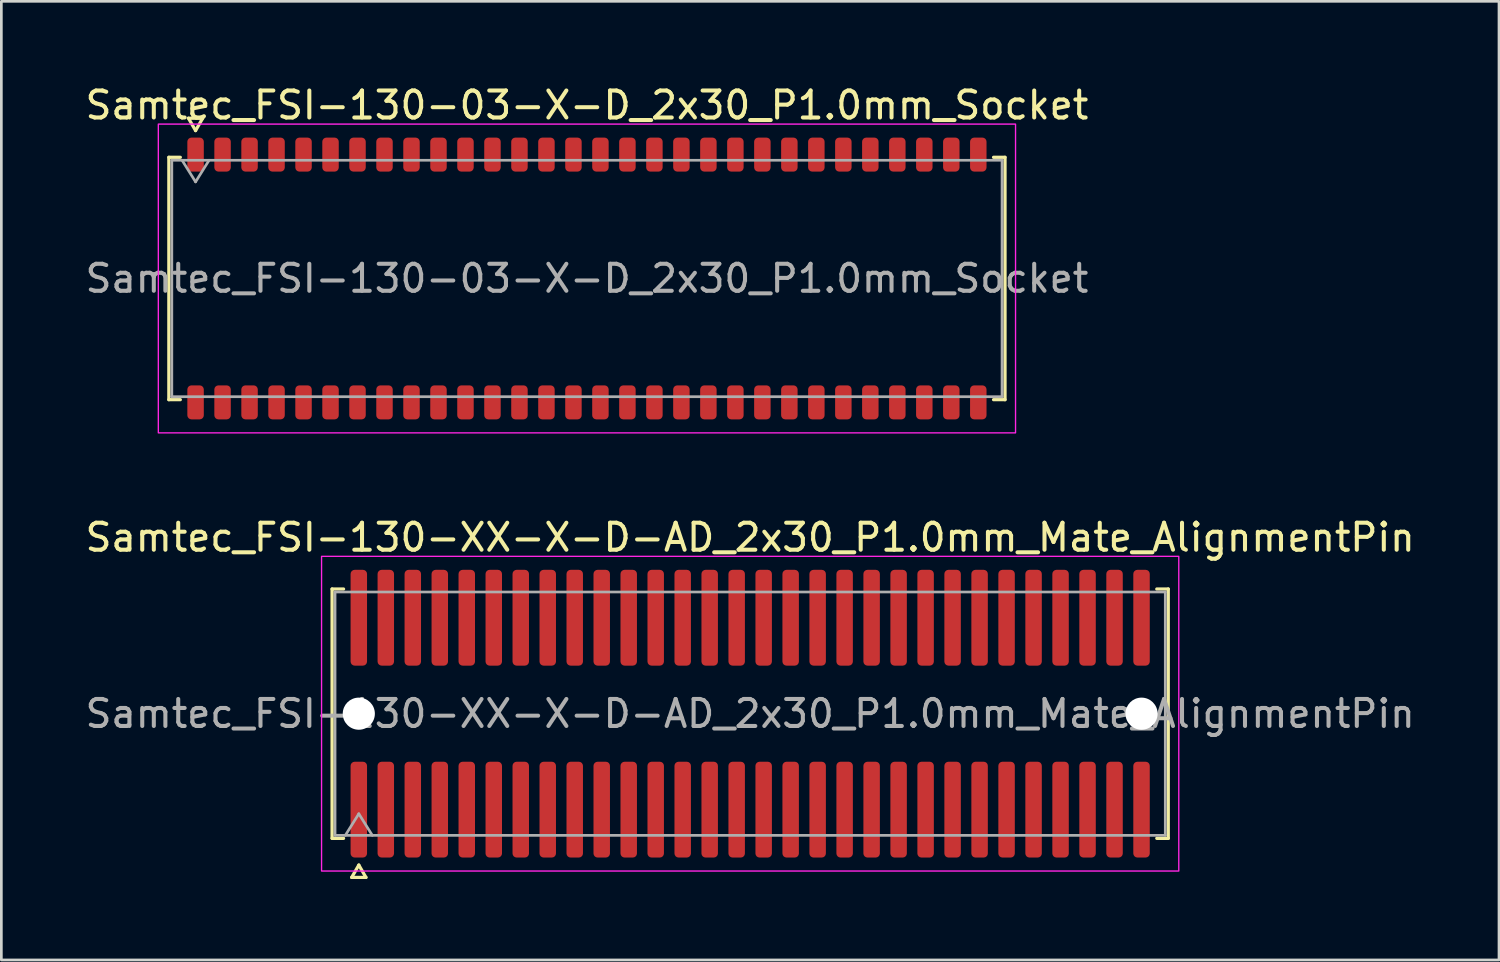
<source format=kicad_pcb>
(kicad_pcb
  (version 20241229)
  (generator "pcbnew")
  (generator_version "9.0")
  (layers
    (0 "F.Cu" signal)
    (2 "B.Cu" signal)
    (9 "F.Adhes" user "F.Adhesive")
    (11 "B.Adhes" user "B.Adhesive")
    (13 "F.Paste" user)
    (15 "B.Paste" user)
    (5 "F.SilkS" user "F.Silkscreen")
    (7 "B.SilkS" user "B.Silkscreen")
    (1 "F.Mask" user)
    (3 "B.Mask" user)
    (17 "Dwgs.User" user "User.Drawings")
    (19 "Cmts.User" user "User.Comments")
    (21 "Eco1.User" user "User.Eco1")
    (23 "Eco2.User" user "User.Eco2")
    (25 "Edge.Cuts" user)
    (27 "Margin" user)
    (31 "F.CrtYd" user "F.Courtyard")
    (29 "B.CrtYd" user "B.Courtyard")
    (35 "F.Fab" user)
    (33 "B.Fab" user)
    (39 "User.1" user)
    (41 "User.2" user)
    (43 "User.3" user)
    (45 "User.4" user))
  (footprint "Samtec_FSI-130-03-X-D_2x30_P1.0mm_Socket"
    (layer "F.Cu")
    (at 18.696 7.268)
    (property "Reference" "Samtec_FSI-130-03-X-D_2x30_P1.0mm_Socket" (at 0 -6.42 0) (layer "F.SilkS") (effects (font (size 1 1) (thickness 0.15))))
    (attr smd)
    (fp_line (start -15.49 -4.49) (end -15.065 -4.49) (stroke (width 0.12) (type solid)) (layer "F.SilkS"))
    (fp_line (start -15.49 4.49) (end -15.49 -4.49) (stroke (width 0.12) (type solid)) (layer "F.SilkS"))
    (fp_line (start -15.065 4.49) (end -15.49 4.49) (stroke (width 0.12) (type solid)) (layer "F.SilkS"))
    (fp_line (start -14.764 -5.938) (end -14.5 -5.48) (stroke (width 0.12) (type solid)) (layer "F.SilkS"))
    (fp_line (start -14.5 -5.48) (end -14.236 -5.938) (stroke (width 0.12) (type solid)) (layer "F.SilkS"))
    (fp_line (start -14.236 -5.938) (end -14.764 -5.938) (stroke (width 0.12) (type solid)) (layer "F.SilkS"))
    (fp_line (start 15.065 -4.49) (end 15.49 -4.49) (stroke (width 0.12) (type solid)) (layer "F.SilkS"))
    (fp_line (start 15.49 -4.49) (end 15.49 4.49) (stroke (width 0.12) (type solid)) (layer "F.SilkS"))
    (fp_line (start 15.49 4.49) (end 15.065 4.49) (stroke (width 0.12) (type solid)) (layer "F.SilkS"))
    (fp_rect (start -15.88 -5.72) (end 15.88 5.72) (stroke (width 0.05) (type solid)) (fill no) (layer "F.CrtYd"))
    (fp_line (start -15.38 -4.38) (end 15.38 -4.38) (stroke (width 0.1) (type solid)) (layer "F.Fab"))
    (fp_line (start -15.38 4.38) (end -15.38 -4.38) (stroke (width 0.1) (type solid)) (layer "F.Fab"))
    (fp_line (start -15 -4.38) (end -14.5 -3.58) (stroke (width 0.1) (type solid)) (layer "F.Fab"))
    (fp_line (start -14.5 -3.58) (end -14 -4.38) (stroke (width 0.1) (type solid)) (layer "F.Fab"))
    (fp_line (start 15.38 -4.38) (end 15.38 4.38) (stroke (width 0.1) (type solid)) (layer "F.Fab"))
    (fp_line (start 15.38 4.38) (end -15.38 4.38) (stroke (width 0.1) (type solid)) (layer "F.Fab"))
    (fp_text user "${REFERENCE}" (at 0 0 0) (layer "F.Fab") (effects (font (size 1 1) (thickness 0.15))))
    (pad "1" smd roundrect (at -14.5 -4.59) (size 0.61 1.26) (layers "F.Cu" "F.Mask" "F.Paste") (roundrect_rratio 0.25))
    (pad "2" smd roundrect (at -14.5 4.59) (size 0.61 1.26) (layers "F.Cu" "F.Mask" "F.Paste") (roundrect_rratio 0.25))
    (pad "3" smd roundrect (at -13.5 -4.59) (size 0.61 1.26) (layers "F.Cu" "F.Mask" "F.Paste") (roundrect_rratio 0.25))
    (pad "4" smd roundrect (at -13.5 4.59) (size 0.61 1.26) (layers "F.Cu" "F.Mask" "F.Paste") (roundrect_rratio 0.25))
    (pad "5" smd roundrect (at -12.5 -4.59) (size 0.61 1.26) (layers "F.Cu" "F.Mask" "F.Paste") (roundrect_rratio 0.25))
    (pad "6" smd roundrect (at -12.5 4.59) (size 0.61 1.26) (layers "F.Cu" "F.Mask" "F.Paste") (roundrect_rratio 0.25))
    (pad "7" smd roundrect (at -11.5 -4.59) (size 0.61 1.26) (layers "F.Cu" "F.Mask" "F.Paste") (roundrect_rratio 0.25))
    (pad "8" smd roundrect (at -11.5 4.59) (size 0.61 1.26) (layers "F.Cu" "F.Mask" "F.Paste") (roundrect_rratio 0.25))
    (pad "9" smd roundrect (at -10.5 -4.59) (size 0.61 1.26) (layers "F.Cu" "F.Mask" "F.Paste") (roundrect_rratio 0.25))
    (pad "10" smd roundrect (at -10.5 4.59) (size 0.61 1.26) (layers "F.Cu" "F.Mask" "F.Paste") (roundrect_rratio 0.25))
    (pad "11" smd roundrect (at -9.5 -4.59) (size 0.61 1.26) (layers "F.Cu" "F.Mask" "F.Paste") (roundrect_rratio 0.25))
    (pad "12" smd roundrect (at -9.5 4.59) (size 0.61 1.26) (layers "F.Cu" "F.Mask" "F.Paste") (roundrect_rratio 0.25))
    (pad "13" smd roundrect (at -8.5 -4.59) (size 0.61 1.26) (layers "F.Cu" "F.Mask" "F.Paste") (roundrect_rratio 0.25))
    (pad "14" smd roundrect (at -8.5 4.59) (size 0.61 1.26) (layers "F.Cu" "F.Mask" "F.Paste") (roundrect_rratio 0.25))
    (pad "15" smd roundrect (at -7.5 -4.59) (size 0.61 1.26) (layers "F.Cu" "F.Mask" "F.Paste") (roundrect_rratio 0.25))
    (pad "16" smd roundrect (at -7.5 4.59) (size 0.61 1.26) (layers "F.Cu" "F.Mask" "F.Paste") (roundrect_rratio 0.25))
    (pad "17" smd roundrect (at -6.5 -4.59) (size 0.61 1.26) (layers "F.Cu" "F.Mask" "F.Paste") (roundrect_rratio 0.25))
    (pad "18" smd roundrect (at -6.5 4.59) (size 0.61 1.26) (layers "F.Cu" "F.Mask" "F.Paste") (roundrect_rratio 0.25))
    (pad "19" smd roundrect (at -5.5 -4.59) (size 0.61 1.26) (layers "F.Cu" "F.Mask" "F.Paste") (roundrect_rratio 0.25))
    (pad "20" smd roundrect (at -5.5 4.59) (size 0.61 1.26) (layers "F.Cu" "F.Mask" "F.Paste") (roundrect_rratio 0.25))
    (pad "21" smd roundrect (at -4.5 -4.59) (size 0.61 1.26) (layers "F.Cu" "F.Mask" "F.Paste") (roundrect_rratio 0.25))
    (pad "22" smd roundrect (at -4.5 4.59) (size 0.61 1.26) (layers "F.Cu" "F.Mask" "F.Paste") (roundrect_rratio 0.25))
    (pad "23" smd roundrect (at -3.5 -4.59) (size 0.61 1.26) (layers "F.Cu" "F.Mask" "F.Paste") (roundrect_rratio 0.25))
    (pad "24" smd roundrect (at -3.5 4.59) (size 0.61 1.26) (layers "F.Cu" "F.Mask" "F.Paste") (roundrect_rratio 0.25))
    (pad "25" smd roundrect (at -2.5 -4.59) (size 0.61 1.26) (layers "F.Cu" "F.Mask" "F.Paste") (roundrect_rratio 0.25))
    (pad "26" smd roundrect (at -2.5 4.59) (size 0.61 1.26) (layers "F.Cu" "F.Mask" "F.Paste") (roundrect_rratio 0.25))
    (pad "27" smd roundrect (at -1.5 -4.59) (size 0.61 1.26) (layers "F.Cu" "F.Mask" "F.Paste") (roundrect_rratio 0.25))
    (pad "28" smd roundrect (at -1.5 4.59) (size 0.61 1.26) (layers "F.Cu" "F.Mask" "F.Paste") (roundrect_rratio 0.25))
    (pad "29" smd roundrect (at -0.5 -4.59) (size 0.61 1.26) (layers "F.Cu" "F.Mask" "F.Paste") (roundrect_rratio 0.25))
    (pad "30" smd roundrect (at -0.5 4.59) (size 0.61 1.26) (layers "F.Cu" "F.Mask" "F.Paste") (roundrect_rratio 0.25))
    (pad "31" smd roundrect (at 0.5 -4.59) (size 0.61 1.26) (layers "F.Cu" "F.Mask" "F.Paste") (roundrect_rratio 0.25))
    (pad "32" smd roundrect (at 0.5 4.59) (size 0.61 1.26) (layers "F.Cu" "F.Mask" "F.Paste") (roundrect_rratio 0.25))
    (pad "33" smd roundrect (at 1.5 -4.59) (size 0.61 1.26) (layers "F.Cu" "F.Mask" "F.Paste") (roundrect_rratio 0.25))
    (pad "34" smd roundrect (at 1.5 4.59) (size 0.61 1.26) (layers "F.Cu" "F.Mask" "F.Paste") (roundrect_rratio 0.25))
    (pad "35" smd roundrect (at 2.5 -4.59) (size 0.61 1.26) (layers "F.Cu" "F.Mask" "F.Paste") (roundrect_rratio 0.25))
    (pad "36" smd roundrect (at 2.5 4.59) (size 0.61 1.26) (layers "F.Cu" "F.Mask" "F.Paste") (roundrect_rratio 0.25))
    (pad "37" smd roundrect (at 3.5 -4.59) (size 0.61 1.26) (layers "F.Cu" "F.Mask" "F.Paste") (roundrect_rratio 0.25))
    (pad "38" smd roundrect (at 3.5 4.59) (size 0.61 1.26) (layers "F.Cu" "F.Mask" "F.Paste") (roundrect_rratio 0.25))
    (pad "39" smd roundrect (at 4.5 -4.59) (size 0.61 1.26) (layers "F.Cu" "F.Mask" "F.Paste") (roundrect_rratio 0.25))
    (pad "40" smd roundrect (at 4.5 4.59) (size 0.61 1.26) (layers "F.Cu" "F.Mask" "F.Paste") (roundrect_rratio 0.25))
    (pad "41" smd roundrect (at 5.5 -4.59) (size 0.61 1.26) (layers "F.Cu" "F.Mask" "F.Paste") (roundrect_rratio 0.25))
    (pad "42" smd roundrect (at 5.5 4.59) (size 0.61 1.26) (layers "F.Cu" "F.Mask" "F.Paste") (roundrect_rratio 0.25))
    (pad "43" smd roundrect (at 6.5 -4.59) (size 0.61 1.26) (layers "F.Cu" "F.Mask" "F.Paste") (roundrect_rratio 0.25))
    (pad "44" smd roundrect (at 6.5 4.59) (size 0.61 1.26) (layers "F.Cu" "F.Mask" "F.Paste") (roundrect_rratio 0.25))
    (pad "45" smd roundrect (at 7.5 -4.59) (size 0.61 1.26) (layers "F.Cu" "F.Mask" "F.Paste") (roundrect_rratio 0.25))
    (pad "46" smd roundrect (at 7.5 4.59) (size 0.61 1.26) (layers "F.Cu" "F.Mask" "F.Paste") (roundrect_rratio 0.25))
    (pad "47" smd roundrect (at 8.5 -4.59) (size 0.61 1.26) (layers "F.Cu" "F.Mask" "F.Paste") (roundrect_rratio 0.25))
    (pad "48" smd roundrect (at 8.5 4.59) (size 0.61 1.26) (layers "F.Cu" "F.Mask" "F.Paste") (roundrect_rratio 0.25))
    (pad "49" smd roundrect (at 9.5 -4.59) (size 0.61 1.26) (layers "F.Cu" "F.Mask" "F.Paste") (roundrect_rratio 0.25))
    (pad "50" smd roundrect (at 9.5 4.59) (size 0.61 1.26) (layers "F.Cu" "F.Mask" "F.Paste") (roundrect_rratio 0.25))
    (pad "51" smd roundrect (at 10.5 -4.59) (size 0.61 1.26) (layers "F.Cu" "F.Mask" "F.Paste") (roundrect_rratio 0.25))
    (pad "52" smd roundrect (at 10.5 4.59) (size 0.61 1.26) (layers "F.Cu" "F.Mask" "F.Paste") (roundrect_rratio 0.25))
    (pad "53" smd roundrect (at 11.5 -4.59) (size 0.61 1.26) (layers "F.Cu" "F.Mask" "F.Paste") (roundrect_rratio 0.25))
    (pad "54" smd roundrect (at 11.5 4.59) (size 0.61 1.26) (layers "F.Cu" "F.Mask" "F.Paste") (roundrect_rratio 0.25))
    (pad "55" smd roundrect (at 12.5 -4.59) (size 0.61 1.26) (layers "F.Cu" "F.Mask" "F.Paste") (roundrect_rratio 0.25))
    (pad "56" smd roundrect (at 12.5 4.59) (size 0.61 1.26) (layers "F.Cu" "F.Mask" "F.Paste") (roundrect_rratio 0.25))
    (pad "57" smd roundrect (at 13.5 -4.59) (size 0.61 1.26) (layers "F.Cu" "F.Mask" "F.Paste") (roundrect_rratio 0.25))
    (pad "58" smd roundrect (at 13.5 4.59) (size 0.61 1.26) (layers "F.Cu" "F.Mask" "F.Paste") (roundrect_rratio 0.25))
    (pad "59" smd roundrect (at 14.5 -4.59) (size 0.61 1.26) (layers "F.Cu" "F.Mask" "F.Paste") (roundrect_rratio 0.25))
    (pad "60" smd roundrect (at 14.5 4.59) (size 0.61 1.26) (layers "F.Cu" "F.Mask" "F.Paste") (roundrect_rratio 0.25)))
  (footprint "Samtec_FSI-130-XX-X-D-AD_2x30_P1.0mm_Mate_AlignmentPin"
    (layer "F.Cu")
    (at 24.744 23.392)
    (property "Reference" "Samtec_FSI-130-XX-X-D-AD_2x30_P1.0mm_Mate_AlignmentPin" (at 0 -6.53 0) (layer "F.SilkS") (effects (font (size 1 1) (thickness 0.15))))
    (attr exclude_from_pos_files exclude_from_bom)
    (fp_line (start -15.49 -4.619) (end -15.065 -4.619) (stroke (width 0.12) (type solid)) (layer "F.SilkS"))
    (fp_line (start -15.49 4.619) (end -15.49 -4.619) (stroke (width 0.12) (type solid)) (layer "F.SilkS"))
    (fp_line (start -15.065 4.619) (end -15.49 4.619) (stroke (width 0.12) (type solid)) (layer "F.SilkS"))
    (fp_line (start -14.764 6.066) (end -14.5 5.609) (stroke (width 0.12) (type solid)) (layer "F.SilkS"))
    (fp_line (start -14.5 5.609) (end -14.236 6.066) (stroke (width 0.12) (type solid)) (layer "F.SilkS"))
    (fp_line (start -14.236 6.066) (end -14.764 6.066) (stroke (width 0.12) (type solid)) (layer "F.SilkS"))
    (fp_line (start 15.065 -4.619) (end 15.49 -4.619) (stroke (width 0.12) (type solid)) (layer "F.SilkS"))
    (fp_line (start 15.49 -4.619) (end 15.49 4.619) (stroke (width 0.12) (type solid)) (layer "F.SilkS"))
    (fp_line (start 15.49 4.619) (end 15.065 4.619) (stroke (width 0.12) (type solid)) (layer "F.SilkS"))
    (fp_rect (start -15.88 -5.83) (end 15.88 5.83) (stroke (width 0.05) (type solid)) (fill no) (layer "F.CrtYd"))
    (fp_line (start -15.38 -4.508) (end 15.38 -4.508) (stroke (width 0.1) (type solid)) (layer "F.Fab"))
    (fp_line (start -15.38 4.508) (end -15.38 -4.508) (stroke (width 0.1) (type solid)) (layer "F.Fab"))
    (fp_line (start -15 4.508) (end -14.5 3.708) (stroke (width 0.1) (type solid)) (layer "F.Fab"))
    (fp_line (start -14.5 3.708) (end -14 4.508) (stroke (width 0.1) (type solid)) (layer "F.Fab"))
    (fp_line (start 15.38 -4.508) (end 15.38 4.508) (stroke (width 0.1) (type solid)) (layer "F.Fab"))
    (fp_line (start 15.38 4.508) (end -15.38 4.508) (stroke (width 0.1) (type solid)) (layer "F.Fab"))
    (fp_text user "${REFERENCE}" (at 0 0 0) (layer "F.Fab") (effects (font (size 1 1) (thickness 0.15))))
    (pad "" np_thru_hole circle (at -14.5 0) (size 1.19 1.19) (drill 1.19) (layers "*.Cu" "*.Mask"))
    (pad "" np_thru_hole circle (at 14.5 0) (size 1.19 1.19) (drill 1.19) (layers "*.Cu" "*.Mask"))
    (pad "1" smd roundrect (at -14.5 3.555) (size 0.61 3.55) (layers "F.Cu" "F.Mask") (roundrect_rratio 0.25))
    (pad "2" smd roundrect (at -14.5 -3.555) (size 0.61 3.55) (layers "F.Cu" "F.Mask") (roundrect_rratio 0.25))
    (pad "3" smd roundrect (at -13.5 3.555) (size 0.61 3.55) (layers "F.Cu" "F.Mask") (roundrect_rratio 0.25))
    (pad "4" smd roundrect (at -13.5 -3.555) (size 0.61 3.55) (layers "F.Cu" "F.Mask") (roundrect_rratio 0.25))
    (pad "5" smd roundrect (at -12.5 3.555) (size 0.61 3.55) (layers "F.Cu" "F.Mask") (roundrect_rratio 0.25))
    (pad "6" smd roundrect (at -12.5 -3.555) (size 0.61 3.55) (layers "F.Cu" "F.Mask") (roundrect_rratio 0.25))
    (pad "7" smd roundrect (at -11.5 3.555) (size 0.61 3.55) (layers "F.Cu" "F.Mask") (roundrect_rratio 0.25))
    (pad "8" smd roundrect (at -11.5 -3.555) (size 0.61 3.55) (layers "F.Cu" "F.Mask") (roundrect_rratio 0.25))
    (pad "9" smd roundrect (at -10.5 3.555) (size 0.61 3.55) (layers "F.Cu" "F.Mask") (roundrect_rratio 0.25))
    (pad "10" smd roundrect (at -10.5 -3.555) (size 0.61 3.55) (layers "F.Cu" "F.Mask") (roundrect_rratio 0.25))
    (pad "11" smd roundrect (at -9.5 3.555) (size 0.61 3.55) (layers "F.Cu" "F.Mask") (roundrect_rratio 0.25))
    (pad "12" smd roundrect (at -9.5 -3.555) (size 0.61 3.55) (layers "F.Cu" "F.Mask") (roundrect_rratio 0.25))
    (pad "13" smd roundrect (at -8.5 3.555) (size 0.61 3.55) (layers "F.Cu" "F.Mask") (roundrect_rratio 0.25))
    (pad "14" smd roundrect (at -8.5 -3.555) (size 0.61 3.55) (layers "F.Cu" "F.Mask") (roundrect_rratio 0.25))
    (pad "15" smd roundrect (at -7.5 3.555) (size 0.61 3.55) (layers "F.Cu" "F.Mask") (roundrect_rratio 0.25))
    (pad "16" smd roundrect (at -7.5 -3.555) (size 0.61 3.55) (layers "F.Cu" "F.Mask") (roundrect_rratio 0.25))
    (pad "17" smd roundrect (at -6.5 3.555) (size 0.61 3.55) (layers "F.Cu" "F.Mask") (roundrect_rratio 0.25))
    (pad "18" smd roundrect (at -6.5 -3.555) (size 0.61 3.55) (layers "F.Cu" "F.Mask") (roundrect_rratio 0.25))
    (pad "19" smd roundrect (at -5.5 3.555) (size 0.61 3.55) (layers "F.Cu" "F.Mask") (roundrect_rratio 0.25))
    (pad "20" smd roundrect (at -5.5 -3.555) (size 0.61 3.55) (layers "F.Cu" "F.Mask") (roundrect_rratio 0.25))
    (pad "21" smd roundrect (at -4.5 3.555) (size 0.61 3.55) (layers "F.Cu" "F.Mask") (roundrect_rratio 0.25))
    (pad "22" smd roundrect (at -4.5 -3.555) (size 0.61 3.55) (layers "F.Cu" "F.Mask") (roundrect_rratio 0.25))
    (pad "23" smd roundrect (at -3.5 3.555) (size 0.61 3.55) (layers "F.Cu" "F.Mask") (roundrect_rratio 0.25))
    (pad "24" smd roundrect (at -3.5 -3.555) (size 0.61 3.55) (layers "F.Cu" "F.Mask") (roundrect_rratio 0.25))
    (pad "25" smd roundrect (at -2.5 3.555) (size 0.61 3.55) (layers "F.Cu" "F.Mask") (roundrect_rratio 0.25))
    (pad "26" smd roundrect (at -2.5 -3.555) (size 0.61 3.55) (layers "F.Cu" "F.Mask") (roundrect_rratio 0.25))
    (pad "27" smd roundrect (at -1.5 3.555) (size 0.61 3.55) (layers "F.Cu" "F.Mask") (roundrect_rratio 0.25))
    (pad "28" smd roundrect (at -1.5 -3.555) (size 0.61 3.55) (layers "F.Cu" "F.Mask") (roundrect_rratio 0.25))
    (pad "29" smd roundrect (at -0.5 3.555) (size 0.61 3.55) (layers "F.Cu" "F.Mask") (roundrect_rratio 0.25))
    (pad "30" smd roundrect (at -0.5 -3.555) (size 0.61 3.55) (layers "F.Cu" "F.Mask") (roundrect_rratio 0.25))
    (pad "31" smd roundrect (at 0.5 3.555) (size 0.61 3.55) (layers "F.Cu" "F.Mask") (roundrect_rratio 0.25))
    (pad "32" smd roundrect (at 0.5 -3.555) (size 0.61 3.55) (layers "F.Cu" "F.Mask") (roundrect_rratio 0.25))
    (pad "33" smd roundrect (at 1.5 3.555) (size 0.61 3.55) (layers "F.Cu" "F.Mask") (roundrect_rratio 0.25))
    (pad "34" smd roundrect (at 1.5 -3.555) (size 0.61 3.55) (layers "F.Cu" "F.Mask") (roundrect_rratio 0.25))
    (pad "35" smd roundrect (at 2.5 3.555) (size 0.61 3.55) (layers "F.Cu" "F.Mask") (roundrect_rratio 0.25))
    (pad "36" smd roundrect (at 2.5 -3.555) (size 0.61 3.55) (layers "F.Cu" "F.Mask") (roundrect_rratio 0.25))
    (pad "37" smd roundrect (at 3.5 3.555) (size 0.61 3.55) (layers "F.Cu" "F.Mask") (roundrect_rratio 0.25))
    (pad "38" smd roundrect (at 3.5 -3.555) (size 0.61 3.55) (layers "F.Cu" "F.Mask") (roundrect_rratio 0.25))
    (pad "39" smd roundrect (at 4.5 3.555) (size 0.61 3.55) (layers "F.Cu" "F.Mask") (roundrect_rratio 0.25))
    (pad "40" smd roundrect (at 4.5 -3.555) (size 0.61 3.55) (layers "F.Cu" "F.Mask") (roundrect_rratio 0.25))
    (pad "41" smd roundrect (at 5.5 3.555) (size 0.61 3.55) (layers "F.Cu" "F.Mask") (roundrect_rratio 0.25))
    (pad "42" smd roundrect (at 5.5 -3.555) (size 0.61 3.55) (layers "F.Cu" "F.Mask") (roundrect_rratio 0.25))
    (pad "43" smd roundrect (at 6.5 3.555) (size 0.61 3.55) (layers "F.Cu" "F.Mask") (roundrect_rratio 0.25))
    (pad "44" smd roundrect (at 6.5 -3.555) (size 0.61 3.55) (layers "F.Cu" "F.Mask") (roundrect_rratio 0.25))
    (pad "45" smd roundrect (at 7.5 3.555) (size 0.61 3.55) (layers "F.Cu" "F.Mask") (roundrect_rratio 0.25))
    (pad "46" smd roundrect (at 7.5 -3.555) (size 0.61 3.55) (layers "F.Cu" "F.Mask") (roundrect_rratio 0.25))
    (pad "47" smd roundrect (at 8.5 3.555) (size 0.61 3.55) (layers "F.Cu" "F.Mask") (roundrect_rratio 0.25))
    (pad "48" smd roundrect (at 8.5 -3.555) (size 0.61 3.55) (layers "F.Cu" "F.Mask") (roundrect_rratio 0.25))
    (pad "49" smd roundrect (at 9.5 3.555) (size 0.61 3.55) (layers "F.Cu" "F.Mask") (roundrect_rratio 0.25))
    (pad "50" smd roundrect (at 9.5 -3.555) (size 0.61 3.55) (layers "F.Cu" "F.Mask") (roundrect_rratio 0.25))
    (pad "51" smd roundrect (at 10.5 3.555) (size 0.61 3.55) (layers "F.Cu" "F.Mask") (roundrect_rratio 0.25))
    (pad "52" smd roundrect (at 10.5 -3.555) (size 0.61 3.55) (layers "F.Cu" "F.Mask") (roundrect_rratio 0.25))
    (pad "53" smd roundrect (at 11.5 3.555) (size 0.61 3.55) (layers "F.Cu" "F.Mask") (roundrect_rratio 0.25))
    (pad "54" smd roundrect (at 11.5 -3.555) (size 0.61 3.55) (layers "F.Cu" "F.Mask") (roundrect_rratio 0.25))
    (pad "55" smd roundrect (at 12.5 3.555) (size 0.61 3.55) (layers "F.Cu" "F.Mask") (roundrect_rratio 0.25))
    (pad "56" smd roundrect (at 12.5 -3.555) (size 0.61 3.55) (layers "F.Cu" "F.Mask") (roundrect_rratio 0.25))
    (pad "57" smd roundrect (at 13.5 3.555) (size 0.61 3.55) (layers "F.Cu" "F.Mask") (roundrect_rratio 0.25))
    (pad "58" smd roundrect (at 13.5 -3.555) (size 0.61 3.55) (layers "F.Cu" "F.Mask") (roundrect_rratio 0.25))
    (pad "59" smd roundrect (at 14.5 3.555) (size 0.61 3.55) (layers "F.Cu" "F.Mask") (roundrect_rratio 0.25))
    (pad "60" smd roundrect (at 14.5 -3.555) (size 0.61 3.55) (layers "F.Cu" "F.Mask") (roundrect_rratio 0.25)))
  (gr_rect
    (start -3 -3)
    (end 52.488 32.517)
    (stroke (width 0.1) (type default))
    (fill no)
    (layer "Edge.Cuts")))
</source>
